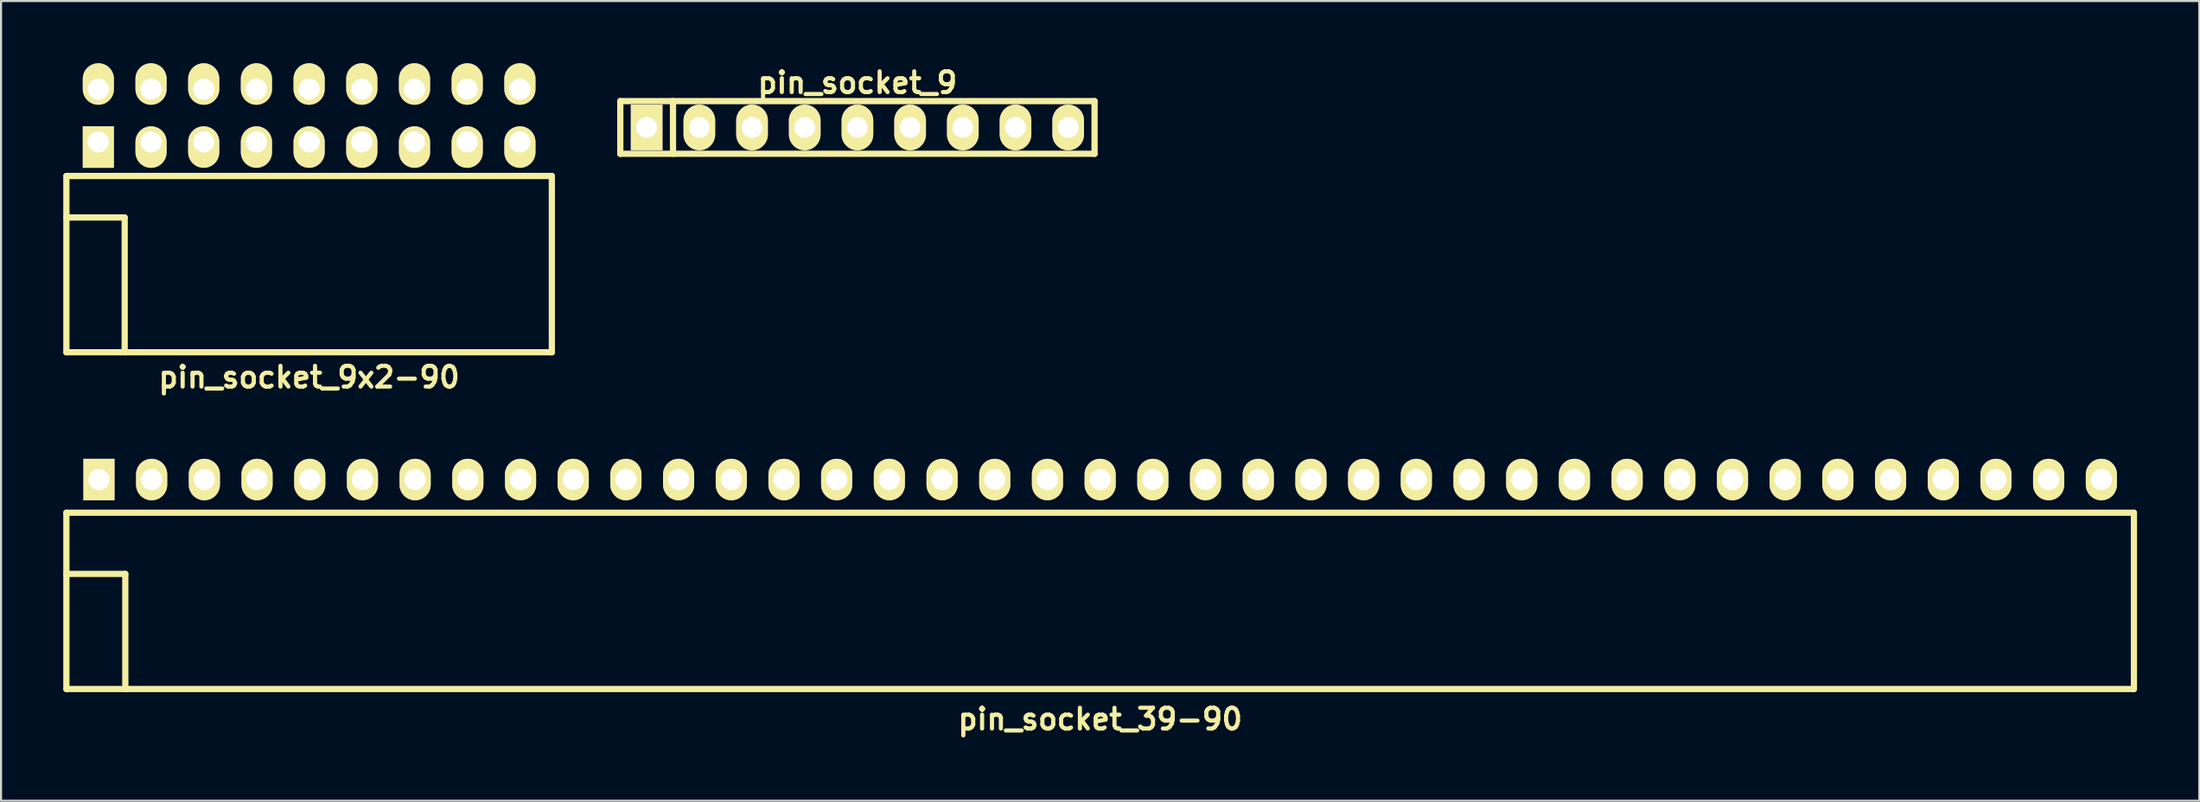
<source format=kicad_pcb>
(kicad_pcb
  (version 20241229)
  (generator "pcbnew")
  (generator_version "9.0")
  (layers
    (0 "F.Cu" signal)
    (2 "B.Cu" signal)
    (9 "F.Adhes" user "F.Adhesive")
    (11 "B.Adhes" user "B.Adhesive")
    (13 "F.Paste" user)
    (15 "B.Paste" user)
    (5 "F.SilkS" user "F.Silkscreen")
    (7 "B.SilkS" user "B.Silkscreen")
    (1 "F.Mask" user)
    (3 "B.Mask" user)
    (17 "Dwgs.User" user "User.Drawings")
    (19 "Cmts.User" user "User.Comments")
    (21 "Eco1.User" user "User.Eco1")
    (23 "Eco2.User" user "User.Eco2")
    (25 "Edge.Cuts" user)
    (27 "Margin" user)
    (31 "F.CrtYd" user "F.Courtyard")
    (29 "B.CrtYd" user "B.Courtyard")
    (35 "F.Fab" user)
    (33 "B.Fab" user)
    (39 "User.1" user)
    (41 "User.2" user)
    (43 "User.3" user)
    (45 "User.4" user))
  (footprint "pin_socket_9"
    (layer "F.Cu")
    (at 38.28 3.095)
    (property "Reference" "pin_socket_9" (at 0 -2.159 0) (layer "F.SilkS") (effects (font (size 1 1) (thickness 0.2))))
    (attr through_hole)
    (fp_line (start -11.43 -1.27) (end 11.43 -1.27) (stroke (width 0.3) (type solid)) (layer "F.SilkS"))
    (fp_line (start -11.43 1.27) (end -11.43 -1.27) (stroke (width 0.3) (type solid)) (layer "F.SilkS"))
    (fp_line (start -8.89 -1.27) (end -8.89 1.27) (stroke (width 0.3) (type solid)) (layer "F.SilkS"))
    (fp_line (start 11.43 -1.27) (end 11.43 1.27) (stroke (width 0.3) (type solid)) (layer "F.SilkS"))
    (fp_line (start 11.43 1.27) (end -11.43 1.27) (stroke (width 0.3) (type solid)) (layer "F.SilkS"))
    (pad "1" thru_hole rect (at -10.16 0) (size 1.524 2.2) (drill 1.001) (layers "*.Cu" "*.Mask" "F.SilkS"))
    (pad "2" thru_hole oval (at -7.62 0) (size 1.524 2.2) (drill 1.001) (layers "*.Cu" "*.Mask" "F.SilkS"))
    (pad "3" thru_hole oval (at -5.08 0) (size 1.524 2.2) (drill 1.001) (layers "*.Cu" "*.Mask" "F.SilkS"))
    (pad "4" thru_hole oval (at -2.54 0) (size 1.524 2.2) (drill 1.001) (layers "*.Cu" "*.Mask" "F.SilkS"))
    (pad "5" thru_hole oval (at 0 0) (size 1.524 2.2) (drill 1.001) (layers "*.Cu" "*.Mask" "F.SilkS"))
    (pad "6" thru_hole oval (at 2.54 0) (size 1.524 2.2) (drill 1.001) (layers "*.Cu" "*.Mask" "F.SilkS"))
    (pad "7" thru_hole oval (at 5.08 0) (size 1.524 2.2) (drill 1.001) (layers "*.Cu" "*.Mask" "F.SilkS"))
    (pad "8" thru_hole oval (at 7.62 0) (size 1.524 2.2) (drill 1.001) (layers "*.Cu" "*.Mask" "F.SilkS"))
    (pad "9" thru_hole oval (at 10.16 0) (size 1.524 2.2) (drill 1.001) (layers "*.Cu" "*.Mask" "F.SilkS")))
  (footprint "pin_socket_9x2-90"
    (layer "F.Cu")
    (at 11.85 7.435)
    (property "Reference" "pin_socket_9x2-90" (at 0 7.7 0) (layer "F.SilkS") (effects (font (size 1 1) (thickness 0.2))))
    (attr through_hole)
    (fp_line (start -11.7 -2) (end -11.7 6.5) (stroke (width 0.3) (type solid)) (layer "F.SilkS"))
    (fp_line (start -11.7 -2) (end 11.7 -2) (stroke (width 0.3) (type solid)) (layer "F.SilkS"))
    (fp_line (start -11.7 0) (end -8.89 0) (stroke (width 0.3) (type solid)) (layer "F.SilkS"))
    (fp_line (start -11.7 6.5) (end 11.7 6.5) (stroke (width 0.3) (type solid)) (layer "F.SilkS"))
    (fp_line (start -8.89 0) (end -8.89 6.5) (stroke (width 0.3) (type solid)) (layer "F.SilkS"))
    (fp_line (start 11.7 -2) (end 11.7 6.5) (stroke (width 0.3) (type solid)) (layer "F.SilkS"))
    (pad "1" thru_hole rect (at -10.16 -3.645) (size 1.5 2) (drill 1.02 (offset 0 0.25)) (layers "*.Cu" "*.Mask" "F.SilkS"))
    (pad "2" thru_hole oval (at -10.16 -6.185) (size 1.5 2) (drill 1.02 (offset 0 -0.25)) (layers "*.Cu" "*.Mask" "F.SilkS"))
    (pad "3" thru_hole oval (at -7.62 -3.645) (size 1.5 2) (drill 1.02 (offset 0 0.25)) (layers "*.Cu" "*.Mask" "F.SilkS"))
    (pad "4" thru_hole oval (at -7.62 -6.185) (size 1.5 2) (drill 1.02 (offset 0 -0.25)) (layers "*.Cu" "*.Mask" "F.SilkS"))
    (pad "5" thru_hole oval (at -5.08 -3.645) (size 1.5 2) (drill 1.02 (offset 0 0.25)) (layers "*.Cu" "*.Mask" "F.SilkS"))
    (pad "6" thru_hole oval (at -5.08 -6.185) (size 1.5 2) (drill 1.02 (offset 0 -0.25)) (layers "*.Cu" "*.Mask" "F.SilkS"))
    (pad "7" thru_hole oval (at -2.54 -3.645) (size 1.5 2) (drill 1.02 (offset 0 0.25)) (layers "*.Cu" "*.Mask" "F.SilkS"))
    (pad "8" thru_hole oval (at -2.54 -6.185) (size 1.5 2) (drill 1.02 (offset 0 -0.25)) (layers "*.Cu" "*.Mask" "F.SilkS"))
    (pad "9" thru_hole oval (at 0 -3.645) (size 1.5 2) (drill 1.02 (offset 0 0.25)) (layers "*.Cu" "*.Mask" "F.SilkS"))
    (pad "10" thru_hole oval (at 0 -6.185) (size 1.5 2) (drill 1.02 (offset 0 -0.25)) (layers "*.Cu" "*.Mask" "F.SilkS"))
    (pad "11" thru_hole oval (at 2.54 -3.645) (size 1.5 2) (drill 1.02 (offset 0 0.25)) (layers "*.Cu" "*.Mask" "F.SilkS"))
    (pad "12" thru_hole oval (at 2.54 -6.185) (size 1.5 2) (drill 1.02 (offset 0 -0.25)) (layers "*.Cu" "*.Mask" "F.SilkS"))
    (pad "13" thru_hole oval (at 5.08 -3.645) (size 1.5 2) (drill 1.02 (offset 0 0.25)) (layers "*.Cu" "*.Mask" "F.SilkS"))
    (pad "14" thru_hole oval (at 5.08 -6.185) (size 1.5 2) (drill 1.02 (offset 0 -0.25)) (layers "*.Cu" "*.Mask" "F.SilkS"))
    (pad "15" thru_hole oval (at 7.62 -3.645) (size 1.5 2) (drill 1.02 (offset 0 0.25)) (layers "*.Cu" "*.Mask" "F.SilkS"))
    (pad "16" thru_hole oval (at 7.62 -6.185) (size 1.5 2) (drill 1.02 (offset 0 -0.25)) (layers "*.Cu" "*.Mask" "F.SilkS"))
    (pad "17" thru_hole oval (at 10.16 -3.645) (size 1.5 2) (drill 1.02 (offset 0 0.25)) (layers "*.Cu" "*.Mask" "F.SilkS"))
    (pad "18" thru_hole oval (at 10.16 -6.185) (size 1.5 2) (drill 1.02 (offset 0 -0.25)) (layers "*.Cu" "*.Mask" "F.SilkS")))
  (footprint "pin_socket_39-90"
    (layer "F.Cu")
    (at 49.98 24.621)
    (property "Reference" "pin_socket_39-90" (at 0 7 0) (layer "F.SilkS") (effects (font (size 1 1) (thickness 0.2))))
    (attr through_hole)
    (fp_line (start -49.83 -2.95) (end -49.83 5.55) (stroke (width 0.3) (type solid)) (layer "F.SilkS"))
    (fp_line (start -49.83 -2.95) (end 49.83 -2.95) (stroke (width 0.3) (type solid)) (layer "F.SilkS"))
    (fp_line (start -49.83 0) (end -46.99 0) (stroke (width 0.3) (type solid)) (layer "F.SilkS"))
    (fp_line (start -49.83 5.55) (end 49.83 5.55) (stroke (width 0.3) (type solid)) (layer "F.SilkS"))
    (fp_line (start -46.99 0) (end -46.99 5.55) (stroke (width 0.3) (type solid)) (layer "F.SilkS"))
    (fp_line (start 49.83 -2.95) (end 49.83 5.55) (stroke (width 0.3) (type solid)) (layer "F.SilkS"))
    (pad "1" thru_hole rect (at -48.26 -4.55) (size 1.5 2) (drill 1.02) (layers "*.Cu" "*.Mask" "F.SilkS"))
    (pad "2" thru_hole oval (at -45.72 -4.55) (size 1.5 2) (drill 1.02) (layers "*.Cu" "*.Mask" "F.SilkS"))
    (pad "3" thru_hole oval (at -43.18 -4.55) (size 1.5 2) (drill 1.02) (layers "*.Cu" "*.Mask" "F.SilkS"))
    (pad "4" thru_hole oval (at -40.64 -4.55) (size 1.5 2) (drill 1.02) (layers "*.Cu" "*.Mask" "F.SilkS"))
    (pad "5" thru_hole oval (at -38.1 -4.55) (size 1.5 2) (drill 1.02) (layers "*.Cu" "*.Mask" "F.SilkS"))
    (pad "6" thru_hole oval (at -35.56 -4.55) (size 1.5 2) (drill 1.02) (layers "*.Cu" "*.Mask" "F.SilkS"))
    (pad "7" thru_hole oval (at -33.02 -4.55) (size 1.5 2) (drill 1.02) (layers "*.Cu" "*.Mask" "F.SilkS"))
    (pad "8" thru_hole oval (at -30.48 -4.55) (size 1.5 2) (drill 1.02) (layers "*.Cu" "*.Mask" "F.SilkS"))
    (pad "9" thru_hole oval (at -27.94 -4.55) (size 1.5 2) (drill 1.02) (layers "*.Cu" "*.Mask" "F.SilkS"))
    (pad "10" thru_hole oval (at -25.4 -4.55) (size 1.5 2) (drill 1.02) (layers "*.Cu" "*.Mask" "F.SilkS"))
    (pad "12" thru_hole oval (at -20.32 -4.55) (size 1.5 2) (drill 1.02) (layers "*.Cu" "*.Mask" "F.SilkS"))
    (pad "13" thru_hole oval (at -17.78 -4.55) (size 1.5 2) (drill 1.02) (layers "*.Cu" "*.Mask" "F.SilkS"))
    (pad "14" thru_hole oval (at -15.24 -4.55) (size 1.5 2) (drill 1.02) (layers "*.Cu" "*.Mask" "F.SilkS"))
    (pad "15" thru_hole oval (at -12.7 -4.55) (size 1.5 2) (drill 1.02) (layers "*.Cu" "*.Mask" "F.SilkS"))
    (pad "16" thru_hole oval (at -10.16 -4.55) (size 1.5 2) (drill 1.02) (layers "*.Cu" "*.Mask" "F.SilkS"))
    (pad "17" thru_hole oval (at -7.62 -4.55) (size 1.5 2) (drill 1.02) (layers "*.Cu" "*.Mask" "F.SilkS"))
    (pad "18" thru_hole oval (at -5.08 -4.55) (size 1.5 2) (drill 1.02) (layers "*.Cu" "*.Mask" "F.SilkS"))
    (pad "19" thru_hole oval (at -2.54 -4.55) (size 1.5 2) (drill 1.02) (layers "*.Cu" "*.Mask" "F.SilkS"))
    (pad "20" thru_hole oval (at 0 -4.55) (size 1.5 2) (drill 1.02) (layers "*.Cu" "*.Mask" "F.SilkS"))
    (pad "21" thru_hole oval (at 2.54 -4.55) (size 1.5 2) (drill 1.02) (layers "*.Cu" "*.Mask" "F.SilkS"))
    (pad "22" thru_hole oval (at 5.08 -4.55) (size 1.5 2) (drill 1.02) (layers "*.Cu" "*.Mask" "F.SilkS"))
    (pad "23" thru_hole oval (at 7.62 -4.55) (size 1.5 2) (drill 1.02) (layers "*.Cu" "*.Mask" "F.SilkS"))
    (pad "24" thru_hole oval (at 10.16 -4.55) (size 1.5 2) (drill 1.02) (layers "*.Cu" "*.Mask" "F.SilkS"))
    (pad "25" thru_hole oval (at 12.7 -4.55) (size 1.5 2) (drill 1.02) (layers "*.Cu" "*.Mask" "F.SilkS"))
    (pad "26" thru_hole oval (at 15.24 -4.55) (size 1.5 2) (drill 1.02) (layers "*.Cu" "*.Mask" "F.SilkS"))
    (pad "27" thru_hole oval (at 17.78 -4.55) (size 1.5 2) (drill 1.02) (layers "*.Cu" "*.Mask" "F.SilkS"))
    (pad "28" thru_hole oval (at 20.32 -4.55) (size 1.5 2) (drill 1.02) (layers "*.Cu" "*.Mask" "F.SilkS"))
    (pad "29" thru_hole oval (at 22.86 -4.55) (size 1.5 2) (drill 1.02) (layers "*.Cu" "*.Mask" "F.SilkS"))
    (pad "30" thru_hole oval (at 25.4 -4.55) (size 1.5 2) (drill 1.02) (layers "*.Cu" "*.Mask" "F.SilkS"))
    (pad "31" thru_hole oval (at 27.94 -4.55) (size 1.5 2) (drill 1.02) (layers "*.Cu" "*.Mask" "F.SilkS"))
    (pad "32" thru_hole oval (at 30.48 -4.55) (size 1.5 2) (drill 1.02) (layers "*.Cu" "*.Mask" "F.SilkS"))
    (pad "33" thru_hole oval (at 33.02 -4.55) (size 1.5 2) (drill 1.02) (layers "*.Cu" "*.Mask" "F.SilkS"))
    (pad "34" thru_hole oval (at 35.56 -4.55) (size 1.5 2) (drill 1.02) (layers "*.Cu" "*.Mask" "F.SilkS"))
    (pad "35" thru_hole oval (at 38.1 -4.55) (size 1.5 2) (drill 1.02) (layers "*.Cu" "*.Mask" "F.SilkS"))
    (pad "36" thru_hole oval (at 40.64 -4.55) (size 1.5 2) (drill 1.02) (layers "*.Cu" "*.Mask" "F.SilkS"))
    (pad "37" thru_hole oval (at 43.18 -4.55) (size 1.5 2) (drill 1.02) (layers "*.Cu" "*.Mask" "F.SilkS"))
    (pad "38" thru_hole oval (at 45.72 -4.55) (size 1.5 2) (drill 1.02) (layers "*.Cu" "*.Mask" "F.SilkS"))
    (pad "39" thru_hole oval (at 48.26 -4.55) (size 1.5 2) (drill 1.02) (layers "*.Cu" "*.Mask" "F.SilkS"))
    (pad "1121" thru_hole oval (at -22.86 -4.55) (size 1.5 2) (drill 1.02) (layers "*.Cu" "*.Mask" "F.SilkS")))
  (gr_rect
    (start -3 -3)
    (end 102.96 35.557)
    (stroke (width 0.1) (type default))
    (fill no)
    (layer "Edge.Cuts")))
</source>
